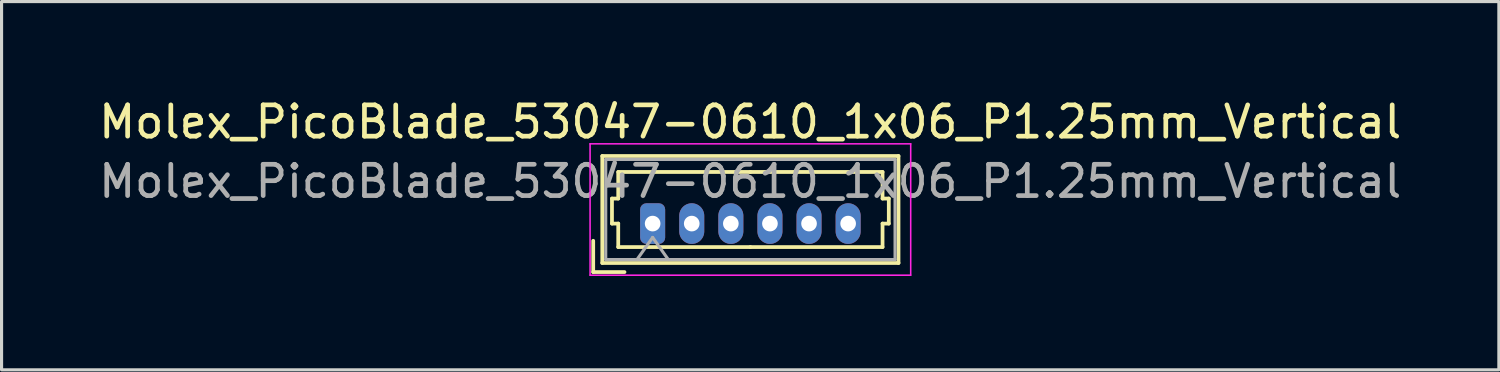
<source format=kicad_pcb>
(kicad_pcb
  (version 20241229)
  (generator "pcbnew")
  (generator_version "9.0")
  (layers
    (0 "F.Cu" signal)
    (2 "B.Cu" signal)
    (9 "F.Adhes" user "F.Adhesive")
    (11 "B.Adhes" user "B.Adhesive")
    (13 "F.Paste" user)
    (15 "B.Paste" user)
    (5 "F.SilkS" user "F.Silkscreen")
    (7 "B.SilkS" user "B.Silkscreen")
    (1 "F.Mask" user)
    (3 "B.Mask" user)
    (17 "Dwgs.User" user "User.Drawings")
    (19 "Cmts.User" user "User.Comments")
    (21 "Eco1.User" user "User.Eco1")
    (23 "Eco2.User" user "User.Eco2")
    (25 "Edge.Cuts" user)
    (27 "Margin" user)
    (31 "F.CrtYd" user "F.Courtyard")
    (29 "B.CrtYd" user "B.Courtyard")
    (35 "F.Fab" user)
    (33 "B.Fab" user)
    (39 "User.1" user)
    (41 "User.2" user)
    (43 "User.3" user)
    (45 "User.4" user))
  (footprint "Molex_PicoBlade_53047-0610_1x06_P1.25mm_Vertical"
    (layer "F.Cu")
    (at 17.815 4.098)
    (property "Reference" "Molex_PicoBlade_53047-0610_1x06_P1.25mm_Vertical" (at 3.12 -3.25 0) (layer "F.SilkS") (effects (font (size 1 1) (thickness 0.15))))
    (attr through_hole)
    (fp_line (start -1.9 1.55) (end -1.9 0.55) (stroke (width 0.12) (type solid)) (layer "F.SilkS"))
    (fp_line (start -1.9 1.55) (end -0.9 1.55) (stroke (width 0.12) (type solid)) (layer "F.SilkS"))
    (fp_line (start -1.61 -2.16) (end -1.61 1.26) (stroke (width 0.12) (type solid)) (layer "F.SilkS"))
    (fp_line (start -1.61 1.26) (end 7.86 1.26) (stroke (width 0.12) (type solid)) (layer "F.SilkS"))
    (fp_line (start -1.3 -0.8) (end -1.1 -0.8) (stroke (width 0.12) (type solid)) (layer "F.SilkS"))
    (fp_line (start -1.3 0) (end -1.3 -0.8) (stroke (width 0.12) (type solid)) (layer "F.SilkS"))
    (fp_line (start -1.1 -1.65) (end 3.125 -1.65) (stroke (width 0.12) (type solid)) (layer "F.SilkS"))
    (fp_line (start -1.1 -0.8) (end -1.1 -1.65) (stroke (width 0.12) (type solid)) (layer "F.SilkS"))
    (fp_line (start -1.1 0) (end -1.3 0) (stroke (width 0.12) (type solid)) (layer "F.SilkS"))
    (fp_line (start -1.1 0.75) (end -1.1 0) (stroke (width 0.12) (type solid)) (layer "F.SilkS"))
    (fp_line (start 3.125 0.75) (end -1.1 0.75) (stroke (width 0.12) (type solid)) (layer "F.SilkS"))
    (fp_line (start 3.125 0.75) (end 7.35 0.75) (stroke (width 0.12) (type solid)) (layer "F.SilkS"))
    (fp_line (start 7.35 -1.65) (end 3.125 -1.65) (stroke (width 0.12) (type solid)) (layer "F.SilkS"))
    (fp_line (start 7.35 -0.8) (end 7.35 -1.65) (stroke (width 0.12) (type solid)) (layer "F.SilkS"))
    (fp_line (start 7.35 0) (end 7.55 0) (stroke (width 0.12) (type solid)) (layer "F.SilkS"))
    (fp_line (start 7.35 0.75) (end 7.35 0) (stroke (width 0.12) (type solid)) (layer "F.SilkS"))
    (fp_line (start 7.55 -0.8) (end 7.35 -0.8) (stroke (width 0.12) (type solid)) (layer "F.SilkS"))
    (fp_line (start 7.55 0) (end 7.55 -0.8) (stroke (width 0.12) (type solid)) (layer "F.SilkS"))
    (fp_line (start 7.86 -2.16) (end -1.61 -2.16) (stroke (width 0.12) (type solid)) (layer "F.SilkS"))
    (fp_line (start 7.86 1.26) (end 7.86 -2.16) (stroke (width 0.12) (type solid)) (layer "F.SilkS"))
    (fp_line (start -2 -2.55) (end -2 1.65) (stroke (width 0.05) (type solid)) (layer "F.CrtYd"))
    (fp_line (start -2 1.65) (end 8.25 1.65) (stroke (width 0.05) (type solid)) (layer "F.CrtYd"))
    (fp_line (start 8.25 -2.55) (end -2 -2.55) (stroke (width 0.05) (type solid)) (layer "F.CrtYd"))
    (fp_line (start 8.25 1.65) (end 8.25 -2.55) (stroke (width 0.05) (type solid)) (layer "F.CrtYd"))
    (fp_line (start -1.5 -2.05) (end -1.5 1.15) (stroke (width 0.1) (type solid)) (layer "F.Fab"))
    (fp_line (start -1.5 1.15) (end 7.75 1.15) (stroke (width 0.1) (type solid)) (layer "F.Fab"))
    (fp_line (start -0.5 1.15) (end 0 0.443) (stroke (width 0.1) (type solid)) (layer "F.Fab"))
    (fp_line (start 0 0.443) (end 0.5 1.15) (stroke (width 0.1) (type solid)) (layer "F.Fab"))
    (fp_line (start 7.75 -2.05) (end -1.5 -2.05) (stroke (width 0.1) (type solid)) (layer "F.Fab"))
    (fp_line (start 7.75 1.15) (end 7.75 -2.05) (stroke (width 0.1) (type solid)) (layer "F.Fab"))
    (fp_text user "${REFERENCE}" (at 3.12 -1.35 0) (layer "F.Fab") (effects (font (size 1 1) (thickness 0.15))))
    (pad "1" thru_hole roundrect (at 0 0) (size 0.8 1.3) (drill 0.5) (layers "*.Cu" "*.Mask") (roundrect_rratio 0.25))
    (pad "2" thru_hole oval (at 1.25 0) (size 0.8 1.3) (drill 0.5) (layers "*.Cu" "*.Mask"))
    (pad "3" thru_hole oval (at 2.5 0) (size 0.8 1.3) (drill 0.5) (layers "*.Cu" "*.Mask"))
    (pad "4" thru_hole oval (at 3.75 0) (size 0.8 1.3) (drill 0.5) (layers "*.Cu" "*.Mask"))
    (pad "5" thru_hole oval (at 5 0) (size 0.8 1.3) (drill 0.5) (layers "*.Cu" "*.Mask"))
    (pad "6" thru_hole oval (at 6.25 0) (size 0.8 1.3) (drill 0.5) (layers "*.Cu" "*.Mask")))
  (gr_rect
    (start -3 -3)
    (end 44.869 8.773)
    (stroke (width 0.1) (type default))
    (fill no)
    (layer "Edge.Cuts")))
</source>
